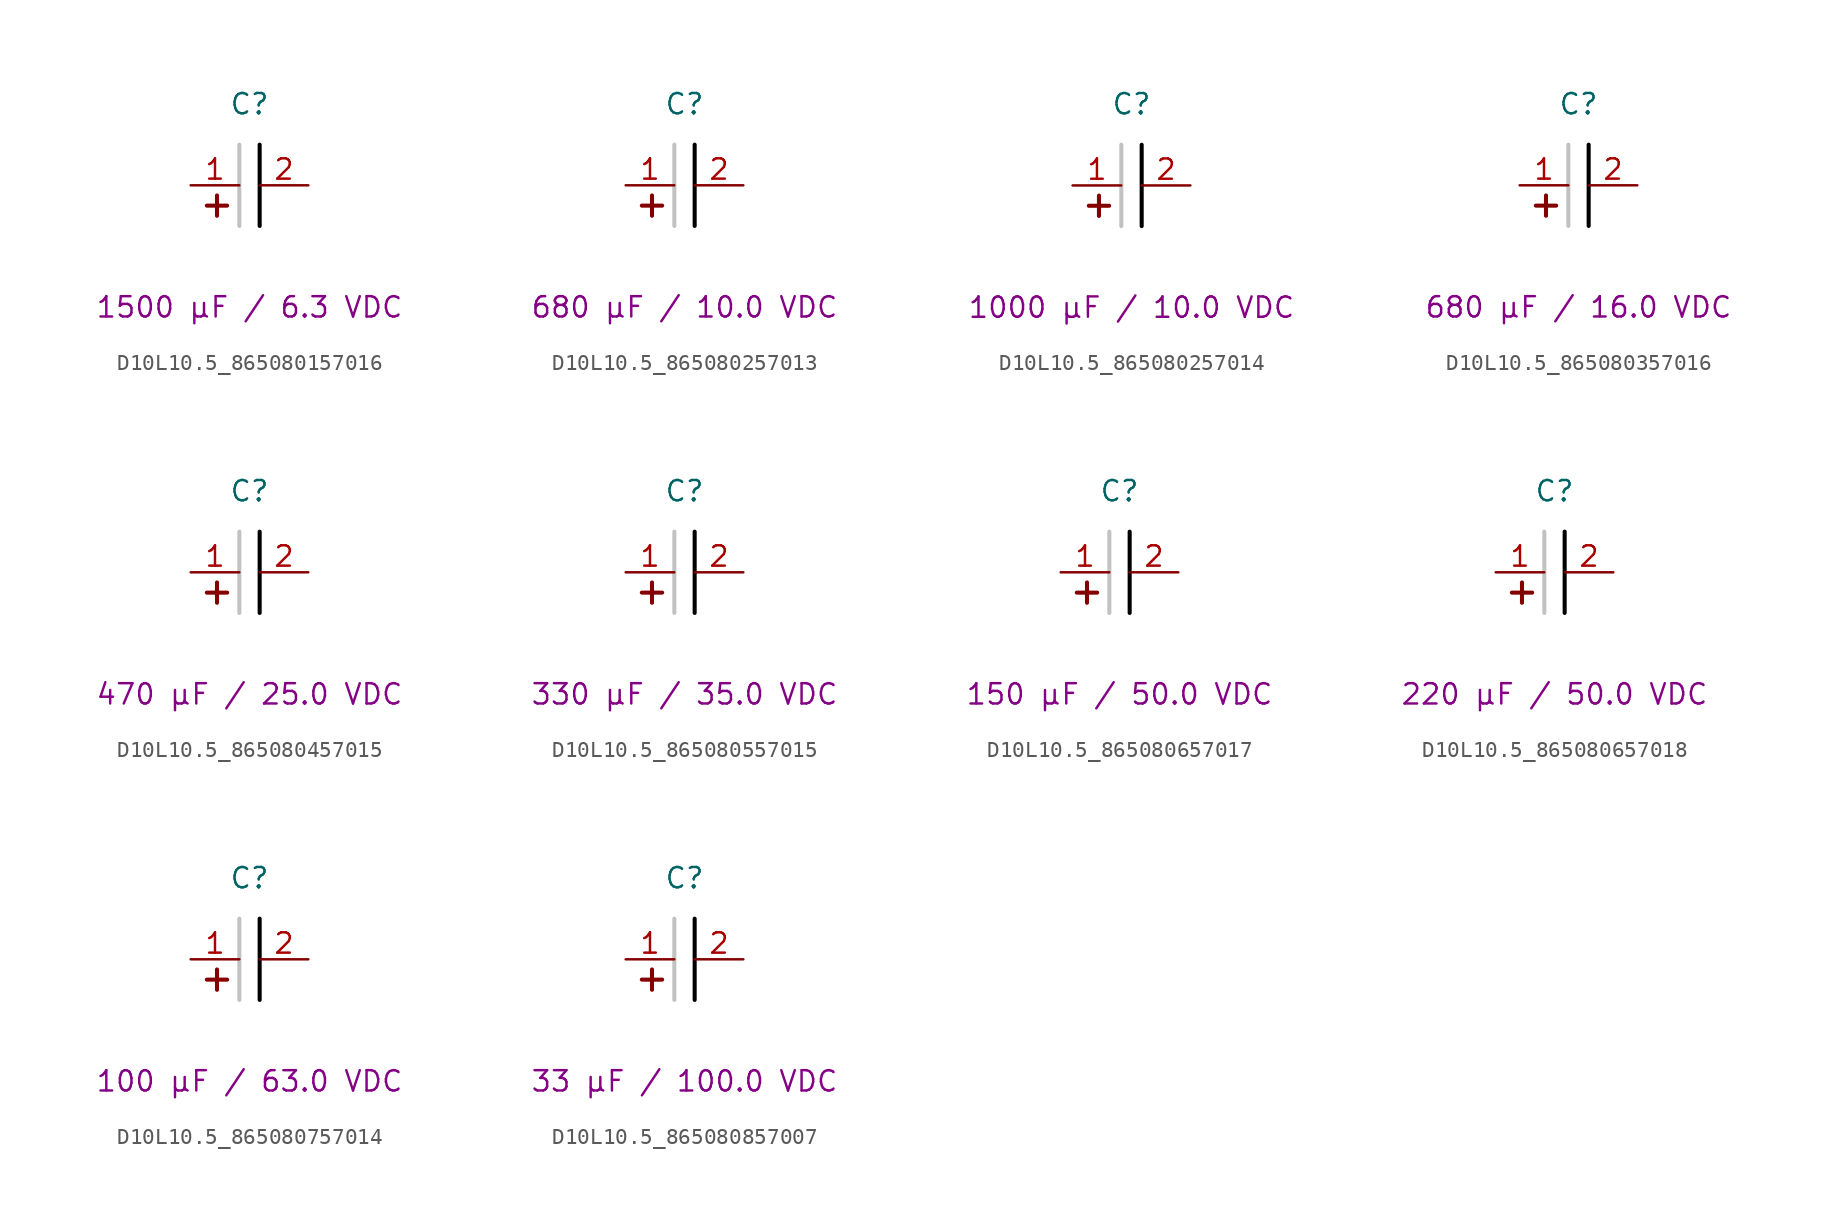
<source format=kicad_sym>
(kicad_symbol_lib
  (version 20220914)
  (generator kicad_symbol_editor)
  (symbol "D10L10.5_865080157016"
    (pin_names hide)
    (property "Reference" "C"
      (at 0 5.08 0)
      (effects (font (size 1.27 1.27))))
    (property "Critical Parameter" "1500 µF / 6.3 VDC"
      (at 0 -7.62 0)
      (effects (font (size 1.27 1.27))))
    (symbol "D10L10.5_865080157016_1_1"
      (polyline (pts (xy -2.667 -1.27) (xy -1.397 -1.27)) (stroke (width 0.254) (type default)) (fill (type none)))
      (polyline (pts (xy -2.032 -0.635) (xy -2.032 -1.905)) (stroke (width 0.254) (type default)) (fill (type none)))
      (polyline (pts (xy -0.635 2.54) (xy -0.635 -2.54)) (stroke (width 0.254) (type default) (color 194 194 194 1)) (fill (type none)))
      (polyline (pts (xy 0.635 2.54) (xy 0.635 -2.54)) (stroke (width 0.254) (type default) (color 0 0 0 1)) (fill (type none)))
      (pin passive line (at -3.679 0 0) (length 3.044) (name "1" (effects (font (size 1.27 1.27)))) (number "1" (effects (font (size 1.27 1.27)))))
      (pin passive line (at 3.679 0 180) (length 3.044) (name "2" (effects (font (size 1.27 1.27)))) (number "2" (effects (font (size 1.27 1.27)))))))
  (symbol "D10L10.5_865080257013"
    (pin_names hide)
    (property "Reference" "C"
      (at 0 5.08 0)
      (effects (font (size 1.27 1.27))))
    (property "Critical Parameter" "680 µF / 10.0 VDC"
      (at 0 -7.62 0)
      (effects (font (size 1.27 1.27))))
    (symbol "D10L10.5_865080257013_1_1"
      (polyline (pts (xy -2.667 -1.27) (xy -1.397 -1.27)) (stroke (width 0.254) (type default)) (fill (type none)))
      (polyline (pts (xy -2.032 -0.635) (xy -2.032 -1.905)) (stroke (width 0.254) (type default)) (fill (type none)))
      (polyline (pts (xy -0.635 2.54) (xy -0.635 -2.54)) (stroke (width 0.254) (type default) (color 194 194 194 1)) (fill (type none)))
      (polyline (pts (xy 0.635 2.54) (xy 0.635 -2.54)) (stroke (width 0.254) (type default) (color 0 0 0 1)) (fill (type none)))
      (pin passive line (at -3.679 0 0) (length 3.044) (name "1" (effects (font (size 1.27 1.27)))) (number "1" (effects (font (size 1.27 1.27)))))
      (pin passive line (at 3.679 0 180) (length 3.044) (name "2" (effects (font (size 1.27 1.27)))) (number "2" (effects (font (size 1.27 1.27)))))))
  (symbol "D10L10.5_865080257014"
    (pin_names hide)
    (property "Reference" "C"
      (at 0 5.08 0)
      (effects (font (size 1.27 1.27))))
    (property "Critical Parameter" "1000 µF / 10.0 VDC"
      (at 0 -7.62 0)
      (effects (font (size 1.27 1.27))))
    (symbol "D10L10.5_865080257014_1_1"
      (polyline (pts (xy -2.667 -1.27) (xy -1.397 -1.27)) (stroke (width 0.254) (type default)) (fill (type none)))
      (polyline (pts (xy -2.032 -0.635) (xy -2.032 -1.905)) (stroke (width 0.254) (type default)) (fill (type none)))
      (polyline (pts (xy -0.635 2.54) (xy -0.635 -2.54)) (stroke (width 0.254) (type default) (color 194 194 194 1)) (fill (type none)))
      (polyline (pts (xy 0.635 2.54) (xy 0.635 -2.54)) (stroke (width 0.254) (type default) (color 0 0 0 1)) (fill (type none)))
      (pin passive line (at -3.679 0 0) (length 3.044) (name "1" (effects (font (size 1.27 1.27)))) (number "1" (effects (font (size 1.27 1.27)))))
      (pin passive line (at 3.679 0 180) (length 3.044) (name "2" (effects (font (size 1.27 1.27)))) (number "2" (effects (font (size 1.27 1.27)))))))
  (symbol "D10L10.5_865080357016"
    (pin_names hide)
    (property "Reference" "C"
      (at 0 5.08 0)
      (effects (font (size 1.27 1.27))))
    (property "Critical Parameter" "680 µF / 16.0 VDC"
      (at 0 -7.62 0)
      (effects (font (size 1.27 1.27))))
    (symbol "D10L10.5_865080357016_1_1"
      (polyline (pts (xy -2.667 -1.27) (xy -1.397 -1.27)) (stroke (width 0.254) (type default)) (fill (type none)))
      (polyline (pts (xy -2.032 -0.635) (xy -2.032 -1.905)) (stroke (width 0.254) (type default)) (fill (type none)))
      (polyline (pts (xy -0.635 2.54) (xy -0.635 -2.54)) (stroke (width 0.254) (type default) (color 194 194 194 1)) (fill (type none)))
      (polyline (pts (xy 0.635 2.54) (xy 0.635 -2.54)) (stroke (width 0.254) (type default) (color 0 0 0 1)) (fill (type none)))
      (pin passive line (at -3.679 0 0) (length 3.044) (name "1" (effects (font (size 1.27 1.27)))) (number "1" (effects (font (size 1.27 1.27)))))
      (pin passive line (at 3.679 0 180) (length 3.044) (name "2" (effects (font (size 1.27 1.27)))) (number "2" (effects (font (size 1.27 1.27)))))))
  (symbol "D10L10.5_865080457015"
    (pin_names hide)
    (property "Reference" "C"
      (at 0 5.08 0)
      (effects (font (size 1.27 1.27))))
    (property "Critical Parameter" "470 µF / 25.0 VDC"
      (at 0 -7.62 0)
      (effects (font (size 1.27 1.27))))
    (symbol "D10L10.5_865080457015_1_1"
      (polyline (pts (xy -2.667 -1.27) (xy -1.397 -1.27)) (stroke (width 0.254) (type default)) (fill (type none)))
      (polyline (pts (xy -2.032 -0.635) (xy -2.032 -1.905)) (stroke (width 0.254) (type default)) (fill (type none)))
      (polyline (pts (xy -0.635 2.54) (xy -0.635 -2.54)) (stroke (width 0.254) (type default) (color 194 194 194 1)) (fill (type none)))
      (polyline (pts (xy 0.635 2.54) (xy 0.635 -2.54)) (stroke (width 0.254) (type default) (color 0 0 0 1)) (fill (type none)))
      (pin passive line (at -3.679 0 0) (length 3.044) (name "1" (effects (font (size 1.27 1.27)))) (number "1" (effects (font (size 1.27 1.27)))))
      (pin passive line (at 3.679 0 180) (length 3.044) (name "2" (effects (font (size 1.27 1.27)))) (number "2" (effects (font (size 1.27 1.27)))))))
  (symbol "D10L10.5_865080557015"
    (pin_names hide)
    (property "Reference" "C"
      (at 0 5.08 0)
      (effects (font (size 1.27 1.27))))
    (property "Critical Parameter" "330 µF / 35.0 VDC"
      (at 0 -7.62 0)
      (effects (font (size 1.27 1.27))))
    (symbol "D10L10.5_865080557015_1_1"
      (polyline (pts (xy -2.667 -1.27) (xy -1.397 -1.27)) (stroke (width 0.254) (type default)) (fill (type none)))
      (polyline (pts (xy -2.032 -0.635) (xy -2.032 -1.905)) (stroke (width 0.254) (type default)) (fill (type none)))
      (polyline (pts (xy -0.635 2.54) (xy -0.635 -2.54)) (stroke (width 0.254) (type default) (color 194 194 194 1)) (fill (type none)))
      (polyline (pts (xy 0.635 2.54) (xy 0.635 -2.54)) (stroke (width 0.254) (type default) (color 0 0 0 1)) (fill (type none)))
      (pin passive line (at -3.679 0 0) (length 3.044) (name "1" (effects (font (size 1.27 1.27)))) (number "1" (effects (font (size 1.27 1.27)))))
      (pin passive line (at 3.679 0 180) (length 3.044) (name "2" (effects (font (size 1.27 1.27)))) (number "2" (effects (font (size 1.27 1.27)))))))
  (symbol "D10L10.5_865080657017"
    (pin_names hide)
    (property "Reference" "C"
      (at 0 5.08 0)
      (effects (font (size 1.27 1.27))))
    (property "Critical Parameter" "150 µF / 50.0 VDC"
      (at 0 -7.62 0)
      (effects (font (size 1.27 1.27))))
    (symbol "D10L10.5_865080657017_1_1"
      (polyline (pts (xy -2.667 -1.27) (xy -1.397 -1.27)) (stroke (width 0.254) (type default)) (fill (type none)))
      (polyline (pts (xy -2.032 -0.635) (xy -2.032 -1.905)) (stroke (width 0.254) (type default)) (fill (type none)))
      (polyline (pts (xy -0.635 2.54) (xy -0.635 -2.54)) (stroke (width 0.254) (type default) (color 194 194 194 1)) (fill (type none)))
      (polyline (pts (xy 0.635 2.54) (xy 0.635 -2.54)) (stroke (width 0.254) (type default) (color 0 0 0 1)) (fill (type none)))
      (pin passive line (at -3.679 0 0) (length 3.044) (name "1" (effects (font (size 1.27 1.27)))) (number "1" (effects (font (size 1.27 1.27)))))
      (pin passive line (at 3.679 0 180) (length 3.044) (name "2" (effects (font (size 1.27 1.27)))) (number "2" (effects (font (size 1.27 1.27)))))))
  (symbol "D10L10.5_865080657018"
    (pin_names hide)
    (property "Reference" "C"
      (at 0 5.08 0)
      (effects (font (size 1.27 1.27))))
    (property "Critical Parameter" "220 µF / 50.0 VDC"
      (at 0 -7.62 0)
      (effects (font (size 1.27 1.27))))
    (symbol "D10L10.5_865080657018_1_1"
      (polyline (pts (xy -2.667 -1.27) (xy -1.397 -1.27)) (stroke (width 0.254) (type default)) (fill (type none)))
      (polyline (pts (xy -2.032 -0.635) (xy -2.032 -1.905)) (stroke (width 0.254) (type default)) (fill (type none)))
      (polyline (pts (xy -0.635 2.54) (xy -0.635 -2.54)) (stroke (width 0.254) (type default) (color 194 194 194 1)) (fill (type none)))
      (polyline (pts (xy 0.635 2.54) (xy 0.635 -2.54)) (stroke (width 0.254) (type default) (color 0 0 0 1)) (fill (type none)))
      (pin passive line (at -3.679 0 0) (length 3.044) (name "1" (effects (font (size 1.27 1.27)))) (number "1" (effects (font (size 1.27 1.27)))))
      (pin passive line (at 3.679 0 180) (length 3.044) (name "2" (effects (font (size 1.27 1.27)))) (number "2" (effects (font (size 1.27 1.27)))))))
  (symbol "D10L10.5_865080757014"
    (pin_names hide)
    (property "Reference" "C"
      (at 0 5.08 0)
      (effects (font (size 1.27 1.27))))
    (property "Critical Parameter" "100 µF / 63.0 VDC"
      (at 0 -7.62 0)
      (effects (font (size 1.27 1.27))))
    (symbol "D10L10.5_865080757014_1_1"
      (polyline (pts (xy -2.667 -1.27) (xy -1.397 -1.27)) (stroke (width 0.254) (type default)) (fill (type none)))
      (polyline (pts (xy -2.032 -0.635) (xy -2.032 -1.905)) (stroke (width 0.254) (type default)) (fill (type none)))
      (polyline (pts (xy -0.635 2.54) (xy -0.635 -2.54)) (stroke (width 0.254) (type default) (color 194 194 194 1)) (fill (type none)))
      (polyline (pts (xy 0.635 2.54) (xy 0.635 -2.54)) (stroke (width 0.254) (type default) (color 0 0 0 1)) (fill (type none)))
      (pin passive line (at -3.679 0 0) (length 3.044) (name "1" (effects (font (size 1.27 1.27)))) (number "1" (effects (font (size 1.27 1.27)))))
      (pin passive line (at 3.679 0 180) (length 3.044) (name "2" (effects (font (size 1.27 1.27)))) (number "2" (effects (font (size 1.27 1.27)))))))
  (symbol "D10L10.5_865080857007"
    (pin_names hide)
    (property "Reference" "C"
      (at 0 5.08 0)
      (effects (font (size 1.27 1.27))))
    (property "Critical Parameter" "33 µF / 100.0 VDC"
      (at 0 -7.62 0)
      (effects (font (size 1.27 1.27))))
    (symbol "D10L10.5_865080857007_1_1"
      (polyline (pts (xy -2.667 -1.27) (xy -1.397 -1.27)) (stroke (width 0.254) (type default)) (fill (type none)))
      (polyline (pts (xy -2.032 -0.635) (xy -2.032 -1.905)) (stroke (width 0.254) (type default)) (fill (type none)))
      (polyline (pts (xy -0.635 2.54) (xy -0.635 -2.54)) (stroke (width 0.254) (type default) (color 194 194 194 1)) (fill (type none)))
      (polyline (pts (xy 0.635 2.54) (xy 0.635 -2.54)) (stroke (width 0.254) (type default) (color 0 0 0 1)) (fill (type none)))
      (pin passive line (at -3.679 0 0) (length 3.044) (name "1" (effects (font (size 1.27 1.27)))) (number "1" (effects (font (size 1.27 1.27)))))
      (pin passive line (at 3.679 0 180) (length 3.044) (name "2" (effects (font (size 1.27 1.27)))) (number "2" (effects (font (size 1.27 1.27))))))))
</source>
